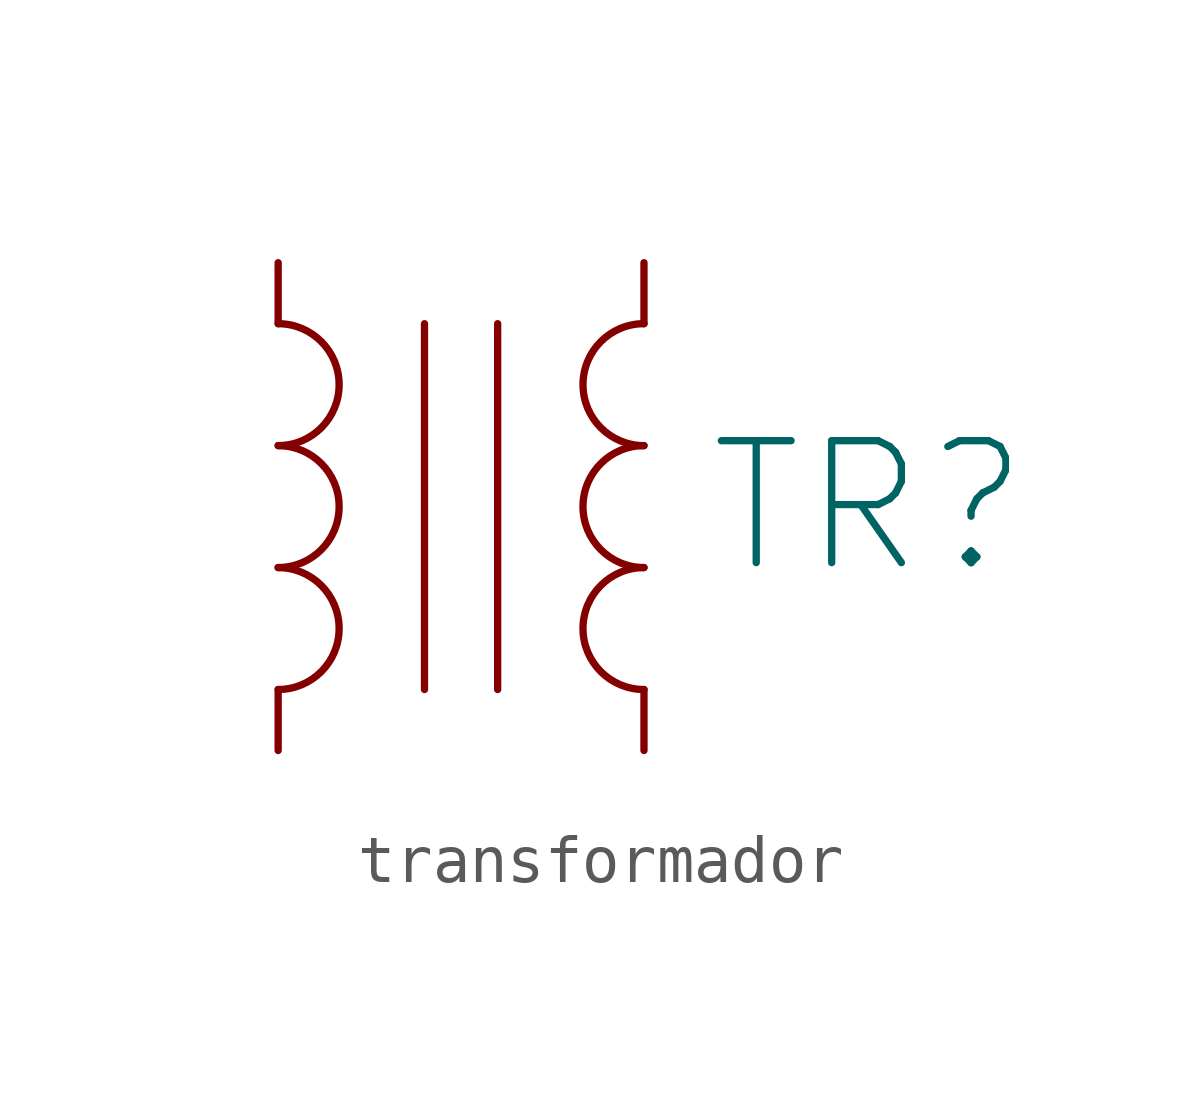
<source format=kicad_sym>
(kicad_symbol_lib
  (version 20220914)
  (generator kicad_symbol_editor)
  (symbol "transformador"
    (pin_names
      (offset 1.016))
    (property "Reference" "TR"
      (at 8.89 -5.08 0)
      (effects (font (size 2.54 2.54)) (justify left)))
    (symbol "transformador_0_1"
      (arc (start 0 -8.89) (mid 1.2645 -7.62) (end 0 -6.35) (stroke (width 0) (type default)) (fill (type none)))
      (arc (start 0 -6.35) (mid 1.2645 -5.08) (end 0 -3.81) (stroke (width 0) (type default)) (fill (type none)))
      (arc (start 0 -3.81) (mid 1.2645 -2.54) (end 0 -1.27) (stroke (width 0) (type default)) (fill (type none)))
      (polyline (pts (xy 3.048 -1.27) (xy 3.048 -8.89)) (stroke (width 0) (type default)) (fill (type none)))
      (polyline (pts (xy 4.572 -1.27) (xy 4.572 -8.89)) (stroke (width 0) (type default)) (fill (type none)))
      (arc (start 7.62 -6.35) (mid 6.3555 -7.62) (end 7.62 -8.89) (stroke (width 0) (type default)) (fill (type none)))
      (arc (start 7.62 -3.81) (mid 6.3555 -5.08) (end 7.62 -6.35) (stroke (width 0) (type default)) (fill (type none)))
      (arc (start 7.62 -1.27) (mid 6.3555 -2.54) (end 7.62 -3.81) (stroke (width 0) (type default)) (fill (type none))))
    (symbol "transformador_1_1"
      (pin input line (at 0 -10.16 90) (length 1.27) (name "" (effects (font (size 1.27 1.27)))) (number "" (effects (font (size 1.143 1.143)))))
      (pin input line (at 0 0 270) (length 1.27) (name "" (effects (font (size 1.27 1.27)))) (number "" (effects (font (size 1.143 1.143)))))
      (pin input line (at 7.62 -10.16 90) (length 1.27) (name "" (effects (font (size 1.27 1.27)))) (number "" (effects (font (size 1.143 1.143)))))
      (pin input line (at 7.62 0 270) (length 1.27) (name "" (effects (font (size 1.27 1.27)))) (number "" (effects (font (size 1.143 1.143))))))))
</source>
